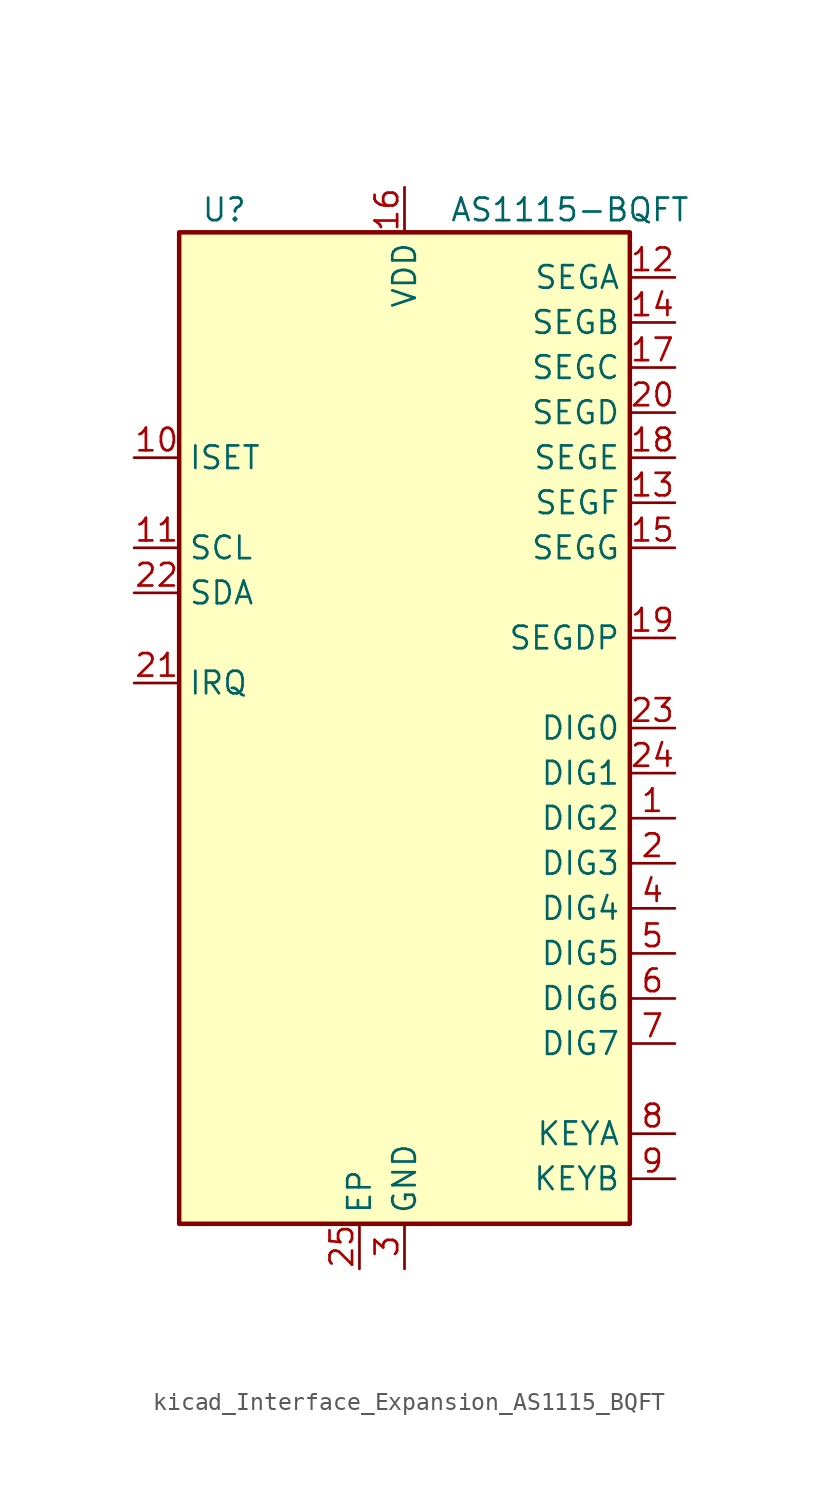
<source format=kicad_sym>
(kicad_symbol_lib
  (version 20220914)
  (generator kicad_symbol_editor)
  (symbol "kicad_Interface_Expansion_AS1115_BQFT"
    (property "Reference" "U"
      (at -10.16 29.21 0)
      (effects (font (size 1.27 1.27))))
    (property "Value" "AS1115-BQFT"
      (at 2.54 29.21 0)
      (effects (font (size 1.27 1.27)) (justify left)))
    (symbol "kicad_Interface_Expansion_AS1115_BQFT_0_1"
      (rectangle (start -12.7 27.94) (end 12.7 -27.94) (stroke (width 0.254) (type default)) (fill (type background))))
    (symbol "kicad_Interface_Expansion_AS1115_BQFT_1_1"
      (pin open_collector line (at 15.24 -5.08 180) (length 2.54) (name "DIG2" (effects (font (size 1.27 1.27)))) (number "1" (effects (font (size 1.27 1.27)))))
      (pin passive line (at -15.24 15.24 0) (length 2.54) (name "ISET" (effects (font (size 1.27 1.27)))) (number "10" (effects (font (size 1.27 1.27)))))
      (pin input line (at -15.24 10.16 0) (length 2.54) (name "SCL" (effects (font (size 1.27 1.27)))) (number "11" (effects (font (size 1.27 1.27)))))
      (pin output line (at 15.24 25.4 180) (length 2.54) (name "SEGA" (effects (font (size 1.27 1.27)))) (number "12" (effects (font (size 1.27 1.27)))))
      (pin output line (at 15.24 12.7 180) (length 2.54) (name "SEGF" (effects (font (size 1.27 1.27)))) (number "13" (effects (font (size 1.27 1.27)))))
      (pin output line (at 15.24 22.86 180) (length 2.54) (name "SEGB" (effects (font (size 1.27 1.27)))) (number "14" (effects (font (size 1.27 1.27)))))
      (pin output line (at 15.24 10.16 180) (length 2.54) (name "SEGG" (effects (font (size 1.27 1.27)))) (number "15" (effects (font (size 1.27 1.27)))))
      (pin power_in line (at 0 30.48 270) (length 2.54) (name "VDD" (effects (font (size 1.27 1.27)))) (number "16" (effects (font (size 1.27 1.27)))))
      (pin output line (at 15.24 20.32 180) (length 2.54) (name "SEGC" (effects (font (size 1.27 1.27)))) (number "17" (effects (font (size 1.27 1.27)))))
      (pin output line (at 15.24 15.24 180) (length 2.54) (name "SEGE" (effects (font (size 1.27 1.27)))) (number "18" (effects (font (size 1.27 1.27)))))
      (pin output line (at 15.24 5.08 180) (length 2.54) (name "SEGDP" (effects (font (size 1.27 1.27)))) (number "19" (effects (font (size 1.27 1.27)))))
      (pin open_collector line (at 15.24 -7.62 180) (length 2.54) (name "DIG3" (effects (font (size 1.27 1.27)))) (number "2" (effects (font (size 1.27 1.27)))))
      (pin output line (at 15.24 17.78 180) (length 2.54) (name "SEGD" (effects (font (size 1.27 1.27)))) (number "20" (effects (font (size 1.27 1.27)))))
      (pin open_collector line (at -15.24 2.54 0) (length 2.54) (name "IRQ" (effects (font (size 1.27 1.27)))) (number "21" (effects (font (size 1.27 1.27)))))
      (pin bidirectional line (at -15.24 7.62 0) (length 2.54) (name "SDA" (effects (font (size 1.27 1.27)))) (number "22" (effects (font (size 1.27 1.27)))))
      (pin open_collector line (at 15.24 0 180) (length 2.54) (name "DIG0" (effects (font (size 1.27 1.27)))) (number "23" (effects (font (size 1.27 1.27)))))
      (pin open_collector line (at 15.24 -2.54 180) (length 2.54) (name "DIG1" (effects (font (size 1.27 1.27)))) (number "24" (effects (font (size 1.27 1.27)))))
      (pin passive line (at -2.54 -30.48 90) (length 2.54) (name "EP" (effects (font (size 1.27 1.27)))) (number "25" (effects (font (size 1.27 1.27)))))
      (pin power_in line (at 0 -30.48 90) (length 2.54) (name "GND" (effects (font (size 1.27 1.27)))) (number "3" (effects (font (size 1.27 1.27)))))
      (pin open_collector line (at 15.24 -10.16 180) (length 2.54) (name "DIG4" (effects (font (size 1.27 1.27)))) (number "4" (effects (font (size 1.27 1.27)))))
      (pin open_collector line (at 15.24 -12.7 180) (length 2.54) (name "DIG5" (effects (font (size 1.27 1.27)))) (number "5" (effects (font (size 1.27 1.27)))))
      (pin open_collector line (at 15.24 -15.24 180) (length 2.54) (name "DIG6" (effects (font (size 1.27 1.27)))) (number "6" (effects (font (size 1.27 1.27)))))
      (pin open_collector line (at 15.24 -17.78 180) (length 2.54) (name "DIG7" (effects (font (size 1.27 1.27)))) (number "7" (effects (font (size 1.27 1.27)))))
      (pin open_collector line (at 15.24 -22.86 180) (length 2.54) (name "KEYA" (effects (font (size 1.27 1.27)))) (number "8" (effects (font (size 1.27 1.27)))))
      (pin open_collector line (at 15.24 -25.4 180) (length 2.54) (name "KEYB" (effects (font (size 1.27 1.27)))) (number "9" (effects (font (size 1.27 1.27))))))))
</source>
